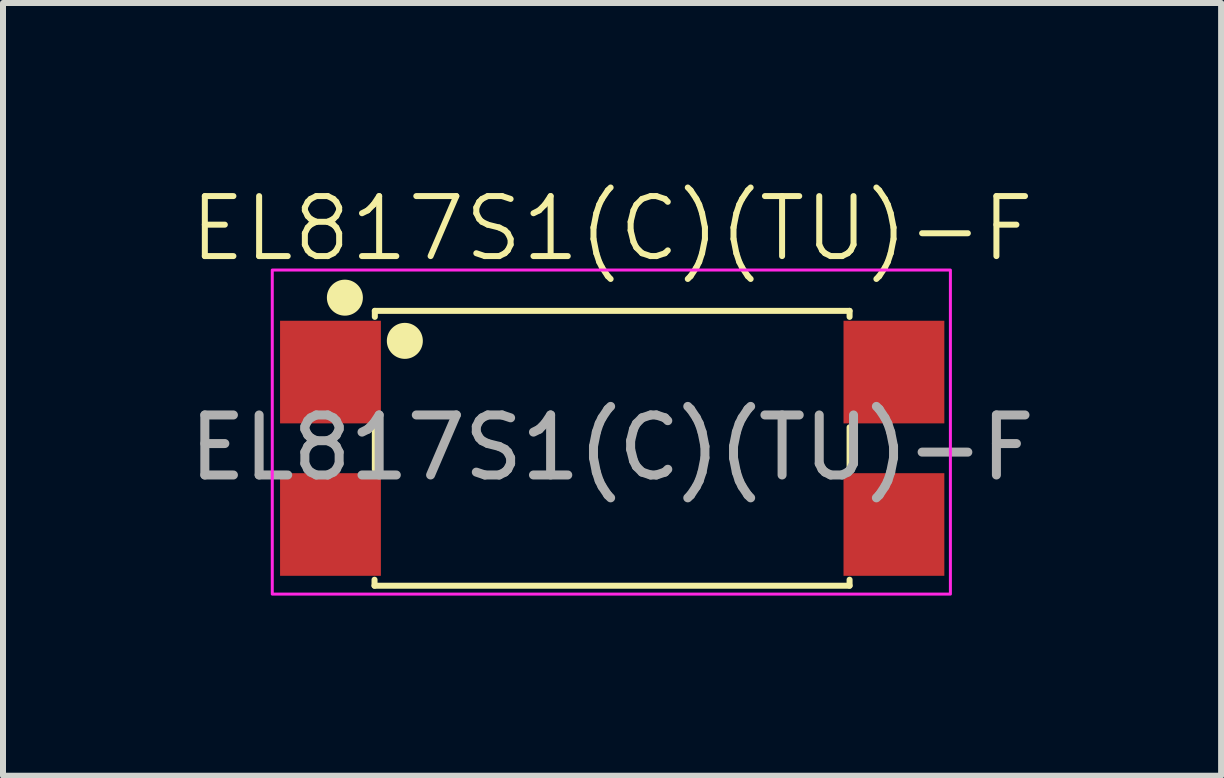
<source format=kicad_pcb>
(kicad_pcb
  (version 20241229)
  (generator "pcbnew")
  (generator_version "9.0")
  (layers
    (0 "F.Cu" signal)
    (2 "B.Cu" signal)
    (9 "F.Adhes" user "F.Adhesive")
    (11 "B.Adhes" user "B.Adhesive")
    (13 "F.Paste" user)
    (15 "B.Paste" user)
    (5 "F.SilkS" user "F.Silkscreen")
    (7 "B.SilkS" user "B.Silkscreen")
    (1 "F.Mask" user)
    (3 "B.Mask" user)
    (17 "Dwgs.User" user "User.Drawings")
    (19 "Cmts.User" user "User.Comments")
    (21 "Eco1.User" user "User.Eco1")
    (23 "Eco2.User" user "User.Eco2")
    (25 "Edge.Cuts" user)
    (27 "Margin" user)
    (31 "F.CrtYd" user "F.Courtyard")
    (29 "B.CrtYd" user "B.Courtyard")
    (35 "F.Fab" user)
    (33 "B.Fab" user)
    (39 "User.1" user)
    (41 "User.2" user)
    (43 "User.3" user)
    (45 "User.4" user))
  (footprint "EL817S1(C)(TU)-F"
    (layer "F.Cu")
    (at 7.149 4.41)
    (property "Reference" "EL817S1(C)(TU)-F" (at 0 -3.65 0) (unlocked yes) (layer "F.SilkS") (effects (font (size 1 1) (thickness 0.1))))
    (attr smd)
    (fp_line (start -3.958 2.3) (end -3.958 2.2) (stroke (width 0.1) (type default)) (layer "F.SilkS"))
    (fp_line (start -3.953 -2.28) (end 3.958 -2.28) (stroke (width 0.1) (type default)) (layer "F.SilkS"))
    (fp_line (start -3.953 -2.18) (end -3.953 -2.28) (stroke (width 0.1) (type default)) (layer "F.SilkS"))
    (fp_line (start -3.953 -0.34) (end -3.953 0.36) (stroke (width 0.1) (type default)) (layer "F.SilkS"))
    (fp_line (start 3.958 -2.28) (end 3.958 -2.18) (stroke (width 0.1) (type default)) (layer "F.SilkS"))
    (fp_line (start 3.958 -0.34) (end 3.958 0.36) (stroke (width 0.1) (type default)) (layer "F.SilkS"))
    (fp_line (start 3.958 2.2) (end 3.958 2.3) (stroke (width 0.1) (type default)) (layer "F.SilkS"))
    (fp_line (start 3.958 2.3) (end -3.958 2.3) (stroke (width 0.1) (type default)) (layer "F.SilkS"))
    (fp_circle (center -4.452 -2.5) (end -4.202 -2.5) (stroke (width 0.1) (type solid)) (fill yes) (layer "F.SilkS"))
    (fp_circle (center -3.453 -1.78) (end -3.203 -1.78) (stroke (width 0.1) (type solid)) (fill yes) (layer "F.SilkS"))
    (fp_rect (start -5.662 -2.96) (end 5.638 2.44) (stroke (width 0.05) (type default)) (fill no) (layer "F.CrtYd"))
    (fp_text user "${REFERENCE}" (at 0 0 0) (unlocked yes) (layer "F.Fab") (effects (font (size 1 1) (thickness 0.15))))
    (pad "1" smd rect (at -4.692 -1.26) (size 1.68 1.71) (layers "F.Cu" "F.Mask" "F.Paste"))
    (pad "2" smd rect (at -4.692 1.28) (size 1.68 1.71) (layers "F.Cu" "F.Mask" "F.Paste"))
    (pad "3" smd rect (at 4.697 1.28) (size 1.68 1.71) (layers "F.Cu" "F.Mask" "F.Paste"))
    (pad "4" smd rect (at 4.697 -1.26) (size 1.68 1.71) (layers "F.Cu" "F.Mask" "F.Paste")))
  (gr_rect
    (start -3 -3)
    (end 17.298 9.876)
    (stroke (width 0.1) (type default))
    (fill no)
    (layer "Edge.Cuts")))
</source>
